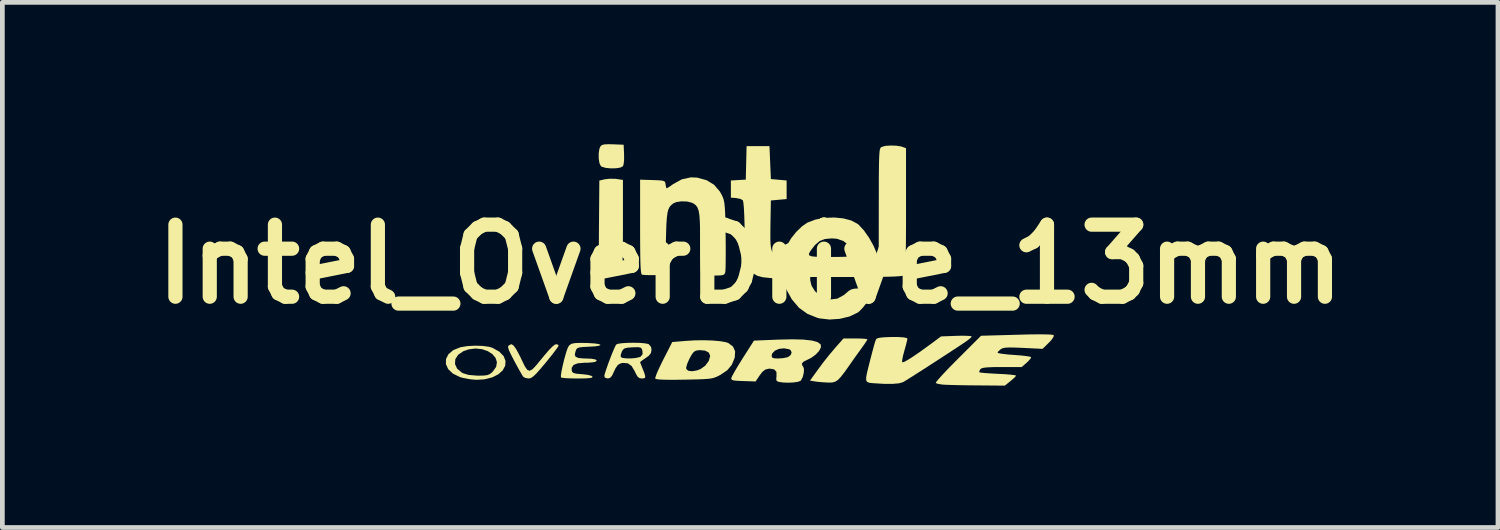
<source format=kicad_pcb>
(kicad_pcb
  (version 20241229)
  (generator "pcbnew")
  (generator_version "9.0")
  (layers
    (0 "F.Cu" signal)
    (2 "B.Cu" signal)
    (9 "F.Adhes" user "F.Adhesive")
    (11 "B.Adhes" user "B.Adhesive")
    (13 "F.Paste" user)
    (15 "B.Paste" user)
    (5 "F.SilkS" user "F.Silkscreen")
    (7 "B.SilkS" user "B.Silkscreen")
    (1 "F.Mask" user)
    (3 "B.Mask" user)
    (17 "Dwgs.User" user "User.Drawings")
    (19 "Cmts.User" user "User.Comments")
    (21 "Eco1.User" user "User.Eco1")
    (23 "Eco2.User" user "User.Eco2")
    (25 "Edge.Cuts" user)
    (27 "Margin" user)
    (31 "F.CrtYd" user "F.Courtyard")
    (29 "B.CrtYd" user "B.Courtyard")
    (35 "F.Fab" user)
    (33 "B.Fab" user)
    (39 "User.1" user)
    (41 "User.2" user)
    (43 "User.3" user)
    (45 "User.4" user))
  (footprint "Intel_OverDrive_13mm"
    (layer "F.Cu")
    (at 12.816 2.536)
    (property "Reference" "Intel_OverDrive_13mm" (at 0 0 0) (layer "F.SilkS") (effects (font (size 1.524 1.524) (thickness 0.3))))
    (attr board_only exclude_from_pos_files exclude_from_bom)
    (fp_poly (pts (xy -2.902 -2.534) (xy -2.676 -2.525) (xy -2.667 -2.318) (xy -2.667 -2.191) (xy -2.679 -2.101) (xy -2.693 -2.069) (xy -2.747 -2.041) (xy -2.839 -2.027) (xy -2.948 -2.025) (xy -3.053 -2.035) (xy -3.133 -2.058) (xy -3.158 -2.073) (xy -3.188 -2.136) (xy -3.203 -2.233) (xy -3.204 -2.342) (xy -3.189 -2.439) (xy -3.167 -2.49) (xy -3.136 -2.518) (xy -3.084 -2.532) (xy -2.998 -2.536)) (stroke (width 0) (type solid)) (fill yes) (layer "F.SilkS"))
    (fp_poly (pts (xy -2.851 -1.804) (xy -2.826 -1.801) (xy -2.691 -1.78) (xy -2.691 -0.806) (xy -2.692 -0.513) (xy -2.694 -0.277) (xy -2.698 -0.093) (xy -2.703 0.043) (xy -2.71 0.136) (xy -2.72 0.189) (xy -2.727 0.206) (xy -2.776 0.225) (xy -2.864 0.237) (xy -2.969 0.241) (xy -3.07 0.238) (xy -3.147 0.225) (xy -3.168 0.217) (xy -3.179 0.197) (xy -3.187 0.149) (xy -3.194 0.069) (xy -3.198 -0.05) (xy -3.2 -0.212) (xy -3.2 -0.422) (xy -3.199 -0.686) (xy -3.198 -0.787) (xy -3.19 -1.767) (xy -3.076 -1.794) (xy -2.97 -1.806)) (stroke (width 0) (type solid)) (fill yes) (layer "F.SilkS"))
    (fp_poly (pts (xy 2.342 1.574) (xy 2.43 1.58) (xy 2.476 1.588) (xy 2.48 1.591) (xy 2.463 1.623) (xy 2.419 1.689) (xy 2.357 1.776) (xy 2.351 1.785) (xy 2.262 1.908) (xy 2.165 2.044) (xy 2.102 2.135) (xy 1.999 2.28) (xy 1.92 2.382) (xy 1.857 2.449) (xy 1.799 2.486) (xy 1.738 2.503) (xy 1.666 2.506) (xy 1.652 2.505) (xy 1.534 2.499) (xy 1.418 2.488) (xy 1.381 2.483) (xy 1.265 2.464) (xy 1.439 2.223) (xy 1.541 2.085) (xy 1.658 1.937) (xy 1.769 1.805) (xy 1.793 1.776) (xy 1.974 1.572) (xy 2.227 1.572)) (stroke (width 0) (type solid)) (fill yes) (layer "F.SilkS"))
    (fp_poly (pts (xy -4.058 1.709) (xy -4.052 1.724) (xy -4.07 1.757) (xy -4.121 1.827) (xy -4.196 1.925) (xy -4.29 2.042) (xy -4.327 2.087) (xy -4.441 2.222) (xy -4.525 2.316) (xy -4.587 2.375) (xy -4.635 2.407) (xy -4.676 2.419) (xy -4.686 2.419) (xy -4.759 2.406) (xy -4.801 2.381) (xy -4.827 2.34) (xy -4.874 2.258) (xy -4.935 2.148) (xy -4.99 2.046) (xy -5.06 1.911) (xy -5.103 1.819) (xy -5.12 1.762) (xy -5.116 1.73) (xy -5.107 1.721) (xy -5.06 1.697) (xy -5.047 1.694) (xy -5.004 1.722) (xy -4.945 1.805) (xy -4.872 1.942) (xy -4.827 2.036) (xy -4.765 2.164) (xy -4.713 2.237) (xy -4.662 2.256) (xy -4.602 2.222) (xy -4.523 2.138) (xy -4.481 2.086) (xy -4.352 1.93) (xy -4.255 1.817) (xy -4.182 1.743) (xy -4.131 1.704) (xy -4.099 1.693)) (stroke (width 0) (type solid)) (fill yes) (layer "F.SilkS"))
    (fp_poly (pts (xy -5.659 1.73) (xy -5.52 1.749) (xy -5.449 1.771) (xy -5.305 1.852) (xy -5.214 1.946) (xy -5.174 2.047) (xy -5.181 2.149) (xy -5.233 2.246) (xy -5.326 2.33) (xy -5.457 2.396) (xy -5.623 2.437) (xy -5.788 2.447) (xy -5.925 2.435) (xy -6.07 2.408) (xy -6.138 2.389) (xy -6.288 2.315) (xy -6.387 2.221) (xy -6.435 2.115) (xy -6.435 2.114) (xy -6.243 2.114) (xy -6.197 2.212) (xy -6.099 2.294) (xy -6.078 2.306) (xy -5.957 2.343) (xy -5.788 2.358) (xy -5.75 2.359) (xy -5.633 2.357) (xy -5.557 2.347) (xy -5.503 2.324) (xy -5.454 2.283) (xy -5.441 2.27) (xy -5.372 2.171) (xy -5.356 2.074) (xy -5.385 1.983) (xy -5.453 1.903) (xy -5.551 1.84) (xy -5.672 1.799) (xy -5.808 1.785) (xy -5.953 1.803) (xy -6.065 1.841) (xy -6.176 1.917) (xy -6.236 2.011) (xy -6.243 2.114) (xy -6.435 2.114) (xy -6.433 2.006) (xy -6.381 1.905) (xy -6.279 1.819) (xy -6.127 1.758) (xy -6.126 1.758) (xy -5.983 1.734) (xy -5.821 1.725)) (stroke (width 0) (type solid)) (fill yes) (layer "F.SilkS"))
    (fp_poly (pts (xy -0.792 1.616) (xy -0.634 1.63) (xy -0.515 1.651) (xy -0.463 1.669) (xy -0.364 1.743) (xy -0.318 1.844) (xy -0.326 1.973) (xy -0.329 1.984) (xy -0.388 2.129) (xy -0.484 2.244) (xy -0.627 2.341) (xy -0.646 2.351) (xy -0.701 2.379) (xy -0.753 2.4) (xy -0.811 2.416) (xy -0.885 2.426) (xy -0.985 2.433) (xy -1.121 2.438) (xy -1.304 2.442) (xy -1.395 2.444) (xy -1.634 2.447) (xy -1.815 2.445) (xy -1.937 2.439) (xy -2 2.428) (xy -2.008 2.423) (xy -2.002 2.386) (xy -1.973 2.306) (xy -1.923 2.194) (xy -1.917 2.182) (xy -1.353 2.182) (xy -1.352 2.217) (xy -1.307 2.256) (xy -1.225 2.266) (xy -1.121 2.247) (xy -1.049 2.219) (xy -0.95 2.148) (xy -0.877 2.05) (xy -0.847 1.947) (xy -0.847 1.939) (xy -0.874 1.873) (xy -0.948 1.831) (xy -1.059 1.819) (xy -1.082 1.82) (xy -1.147 1.83) (xy -1.193 1.857) (xy -1.236 1.913) (xy -1.283 1.998) (xy -1.329 2.101) (xy -1.353 2.182) (xy -1.917 2.182) (xy -1.859 2.061) (xy -1.838 2.02) (xy -1.648 1.648) (xy -1.361 1.624) (xy -1.168 1.612) (xy -0.974 1.61)) (stroke (width 0) (type solid)) (fill yes) (layer "F.SilkS"))
    (fp_poly (pts (xy -3.432 1.669) (xy -3.286 1.678) (xy -3.197 1.692) (xy -3.165 1.709) (xy -3.191 1.725) (xy -3.276 1.739) (xy -3.411 1.747) (xy -3.534 1.753) (xy -3.611 1.762) (xy -3.655 1.778) (xy -3.678 1.805) (xy -3.689 1.83) (xy -3.709 1.908) (xy -3.694 1.958) (xy -3.635 1.985) (xy -3.526 1.995) (xy -3.476 1.996) (xy -3.356 2.001) (xy -3.277 2.015) (xy -3.244 2.035) (xy -3.263 2.059) (xy -3.283 2.068) (xy -3.339 2.078) (xy -3.431 2.085) (xy -3.504 2.086) (xy -3.647 2.098) (xy -3.736 2.133) (xy -3.775 2.194) (xy -3.775 2.239) (xy -3.765 2.279) (xy -3.738 2.302) (xy -3.682 2.317) (xy -3.582 2.326) (xy -3.555 2.328) (xy -3.434 2.342) (xy -3.357 2.363) (xy -3.334 2.381) (xy -3.343 2.399) (xy -3.389 2.41) (xy -3.48 2.417) (xy -3.623 2.419) (xy -3.655 2.419) (xy -3.79 2.417) (xy -3.902 2.412) (xy -3.977 2.404) (xy -4.002 2.396) (xy -4.003 2.354) (xy -3.991 2.27) (xy -3.967 2.156) (xy -3.937 2.028) (xy -3.901 1.9) (xy -3.882 1.837) (xy -3.855 1.763) (xy -3.822 1.713) (xy -3.773 1.683) (xy -3.696 1.669) (xy -3.58 1.666)) (stroke (width 0) (type solid)) (fill yes) (layer "F.SilkS"))
    (fp_poly (pts (xy 4.6 1.517) (xy 4.668 1.523) (xy 4.686 1.531) (xy 4.662 1.561) (xy 4.602 1.61) (xy 4.542 1.652) (xy 4.372 1.765) (xy 4.189 1.885) (xy 4.002 2.007) (xy 3.819 2.125) (xy 3.648 2.236) (xy 3.495 2.333) (xy 3.371 2.412) (xy 3.281 2.468) (xy 3.236 2.495) (xy 3.149 2.521) (xy 3.014 2.533) (xy 2.827 2.532) (xy 2.593 2.518) (xy 2.521 2.51) (xy 2.475 2.492) (xy 2.453 2.455) (xy 2.454 2.389) (xy 2.474 2.285) (xy 2.512 2.132) (xy 2.56 1.945) (xy 2.596 1.808) (xy 2.622 1.712) (xy 2.641 1.648) (xy 2.655 1.609) (xy 2.667 1.585) (xy 2.67 1.58) (xy 2.709 1.563) (xy 2.789 1.551) (xy 2.897 1.544) (xy 3.017 1.541) (xy 3.135 1.542) (xy 3.236 1.549) (xy 3.304 1.561) (xy 3.326 1.575) (xy 3.318 1.618) (xy 3.297 1.703) (xy 3.267 1.811) (xy 3.261 1.832) (xy 3.232 1.941) (xy 3.216 2.026) (xy 3.213 2.073) (xy 3.215 2.076) (xy 3.251 2.07) (xy 3.329 2.029) (xy 3.445 1.955) (xy 3.596 1.852) (xy 3.777 1.721) (xy 3.81 1.697) (xy 4.037 1.529) (xy 4.362 1.517) (xy 4.494 1.514)) (stroke (width 0) (type solid)) (fill yes) (layer "F.SilkS"))
    (fp_poly (pts (xy 1.124 1.596) (xy 1.304 1.616) (xy 1.427 1.65) (xy 1.491 1.698) (xy 1.492 1.699) (xy 1.497 1.759) (xy 1.459 1.834) (xy 1.387 1.912) (xy 1.293 1.981) (xy 1.226 2.015) (xy 1.132 2.061) (xy 1.093 2.103) (xy 1.104 2.148) (xy 1.121 2.167) (xy 1.138 2.22) (xy 1.133 2.302) (xy 1.111 2.39) (xy 1.075 2.458) (xy 1.068 2.466) (xy 1.015 2.488) (xy 0.923 2.502) (xy 0.809 2.508) (xy 0.694 2.504) (xy 0.597 2.489) (xy 0.594 2.488) (xy 0.557 2.466) (xy 0.551 2.416) (xy 0.557 2.375) (xy 0.556 2.281) (xy 0.51 2.227) (xy 0.418 2.211) (xy 0.388 2.213) (xy 0.316 2.232) (xy 0.255 2.282) (xy 0.202 2.352) (xy 0.115 2.482) (xy -0.146 2.473) (xy -0.273 2.468) (xy -0.35 2.46) (xy -0.389 2.446) (xy -0.4 2.425) (xy -0.399 2.409) (xy -0.38 2.365) (xy -0.334 2.281) (xy -0.267 2.167) (xy -0.186 2.036) (xy -0.155 1.986) (xy -0.125 1.94) (xy 0.454 1.94) (xy 0.464 1.975) (xy 0.507 1.992) (xy 0.588 1.996) (xy 0.691 1.989) (xy 0.781 1.972) (xy 0.799 1.966) (xy 0.857 1.923) (xy 0.877 1.867) (xy 0.853 1.817) (xy 0.829 1.802) (xy 0.72 1.781) (xy 0.612 1.792) (xy 0.522 1.831) (xy 0.465 1.892) (xy 0.454 1.94) (xy -0.125 1.94) (xy 0.08 1.618) (xy 0.587 1.597) (xy 0.885 1.59)) (stroke (width 0) (type solid)) (fill yes) (layer "F.SilkS"))
    (fp_poly (pts (xy -2.335 1.666) (xy -2.229 1.675) (xy -2.156 1.689) (xy -2.145 1.694) (xy -2.096 1.753) (xy -2.086 1.815) (xy -2.099 1.881) (xy -2.144 1.938) (xy -2.207 1.984) (xy -2.278 2.032) (xy -2.321 2.065) (xy -2.328 2.072) (xy -2.318 2.102) (xy -2.293 2.166) (xy -2.287 2.181) (xy -2.241 2.296) (xy -2.22 2.367) (xy -2.223 2.403) (xy -2.251 2.417) (xy -2.288 2.419) (xy -2.342 2.411) (xy -2.383 2.378) (xy -2.423 2.306) (xy -2.44 2.269) (xy -2.507 2.156) (xy -2.587 2.098) (xy -2.69 2.09) (xy -2.739 2.099) (xy -2.798 2.132) (xy -2.849 2.205) (xy -2.879 2.269) (xy -2.922 2.36) (xy -2.963 2.406) (xy -3.011 2.419) (xy -3.013 2.419) (xy -3.072 2.401) (xy -3.085 2.366) (xy -3.074 2.317) (xy -3.045 2.227) (xy -3.005 2.112) (xy -2.958 1.987) (xy -2.932 1.92) (xy -2.738 1.92) (xy -2.736 1.966) (xy -2.695 1.985) (xy -2.614 1.994) (xy -2.514 1.994) (xy -2.416 1.985) (xy -2.339 1.967) (xy -2.315 1.955) (xy -2.275 1.904) (xy -2.279 1.833) (xy -2.294 1.788) (xy -2.32 1.765) (xy -2.372 1.757) (xy -2.466 1.759) (xy -2.488 1.76) (xy -2.593 1.767) (xy -2.655 1.782) (xy -2.691 1.811) (xy -2.715 1.852) (xy -2.738 1.92) (xy -2.932 1.92) (xy -2.911 1.868) (xy -2.869 1.77) (xy -2.839 1.709) (xy -2.833 1.701) (xy -2.791 1.684) (xy -2.704 1.672) (xy -2.589 1.665) (xy -2.461 1.663)) (stroke (width 0) (type solid)) (fill yes) (layer "F.SilkS"))
    (fp_poly (pts (xy 6.251 1.486) (xy 6.351 1.49) (xy 6.407 1.498) (xy 6.422 1.506) (xy 6.413 1.544) (xy 6.369 1.607) (xy 6.313 1.666) (xy 6.184 1.792) (xy 5.775 1.772) (xy 5.605 1.765) (xy 5.483 1.763) (xy 5.401 1.767) (xy 5.345 1.777) (xy 5.306 1.795) (xy 5.299 1.8) (xy 5.249 1.844) (xy 5.231 1.873) (xy 5.259 1.885) (xy 5.336 1.898) (xy 5.449 1.911) (xy 5.579 1.921) (xy 5.718 1.931) (xy 5.833 1.944) (xy 5.912 1.956) (xy 5.942 1.966) (xy 5.93 1.998) (xy 5.883 2.052) (xy 5.85 2.083) (xy 5.743 2.177) (xy 5.325 2.177) (xy 5.15 2.178) (xy 5.026 2.183) (xy 4.944 2.191) (xy 4.894 2.204) (xy 4.868 2.223) (xy 4.844 2.268) (xy 4.847 2.287) (xy 4.882 2.295) (xy 4.966 2.304) (xy 5.086 2.312) (xy 5.229 2.32) (xy 5.244 2.321) (xy 5.388 2.328) (xy 5.507 2.338) (xy 5.589 2.348) (xy 5.624 2.357) (xy 5.624 2.358) (xy 5.603 2.387) (xy 5.547 2.439) (xy 5.505 2.474) (xy 5.386 2.57) (xy 4.787 2.565) (xy 4.594 2.563) (xy 4.414 2.56) (xy 4.259 2.556) (xy 4.14 2.552) (xy 4.069 2.548) (xy 4.067 2.548) (xy 3.985 2.535) (xy 3.931 2.519) (xy 3.924 2.514) (xy 3.938 2.488) (xy 3.99 2.425) (xy 4.073 2.333) (xy 4.183 2.217) (xy 4.313 2.084) (xy 4.393 2.004) (xy 4.883 1.515) (xy 5.642 1.494) (xy 5.9 1.487) (xy 6.102 1.485)) (stroke (width 0) (type solid)) (fill yes) (layer "F.SilkS"))
    (fp_poly (pts (xy -1.121 -1.829) (xy -0.922 -1.775) (xy -0.763 -1.678) (xy -0.641 -1.535) (xy -0.595 -1.451) (xy -0.574 -1.403) (xy -0.558 -1.353) (xy -0.546 -1.29) (xy -0.537 -1.207) (xy -0.53 -1.096) (xy -0.525 -0.946) (xy -0.522 -0.75) (xy -0.519 -0.609) (xy -0.517 -0.404) (xy -0.517 -0.217) (xy -0.518 -0.056) (xy -0.52 0.069) (xy -0.524 0.149) (xy -0.527 0.17) (xy -0.54 0.206) (xy -0.565 0.227) (xy -0.616 0.238) (xy -0.706 0.242) (xy -0.784 0.242) (xy -0.909 0.239) (xy -0.987 0.23) (xy -1.027 0.212) (xy -1.04 0.194) (xy -1.046 0.15) (xy -1.05 0.056) (xy -1.054 -0.079) (xy -1.057 -0.245) (xy -1.058 -0.432) (xy -1.058 -0.474) (xy -1.059 -0.708) (xy -1.064 -0.89) (xy -1.073 -1.026) (xy -1.089 -1.126) (xy -1.114 -1.196) (xy -1.148 -1.244) (xy -1.193 -1.278) (xy -1.231 -1.298) (xy -1.333 -1.324) (xy -1.453 -1.328) (xy -1.564 -1.311) (xy -1.626 -1.284) (xy -1.67 -1.249) (xy -1.704 -1.21) (xy -1.73 -1.157) (xy -1.749 -1.084) (xy -1.762 -0.982) (xy -1.772 -0.843) (xy -1.778 -0.659) (xy -1.784 -0.438) (xy -1.799 0.227) (xy -2.026 0.233) (xy -2.141 0.233) (xy -2.234 0.23) (xy -2.288 0.223) (xy -2.291 0.222) (xy -2.301 0.204) (xy -2.31 0.157) (xy -2.317 0.074) (xy -2.322 -0.047) (xy -2.325 -0.213) (xy -2.327 -0.429) (xy -2.328 -0.698) (xy -2.328 -0.79) (xy -2.328 -1.786) (xy -2.064 -1.778) (xy -1.937 -1.773) (xy -1.859 -1.766) (xy -1.816 -1.753) (xy -1.797 -1.729) (xy -1.79 -1.691) (xy -1.79 -1.686) (xy -1.778 -1.625) (xy -1.767 -1.603) (xy -1.737 -1.619) (xy -1.674 -1.66) (xy -1.628 -1.693) (xy -1.444 -1.794) (xy -1.253 -1.835)) (stroke (width 0) (type solid)) (fill yes) (layer "F.SilkS"))
    (fp_poly (pts (xy 3.086 -2.505) (xy 3.189 -2.489) (xy 3.218 -2.48) (xy 3.296 -2.451) (xy 3.296 -1.126) (xy 3.296 -0.784) (xy 3.294 -0.499) (xy 3.292 -0.267) (xy 3.288 -0.084) (xy 3.283 0.054) (xy 3.277 0.15) (xy 3.269 0.21) (xy 3.26 0.236) (xy 3.26 0.236) (xy 3.231 0.247) (xy 3.166 0.255) (xy 3.06 0.262) (xy 2.91 0.267) (xy 2.71 0.27) (xy 2.458 0.272) (xy 2.247 0.272) (xy 1.27 0.272) (xy 1.27 0.34) (xy 1.298 0.458) (xy 1.371 0.573) (xy 1.475 0.667) (xy 1.547 0.706) (xy 1.702 0.747) (xy 1.844 0.73) (xy 1.98 0.655) (xy 2.024 0.618) (xy 2.086 0.565) (xy 2.141 0.534) (xy 2.206 0.519) (xy 2.302 0.514) (xy 2.37 0.514) (xy 2.489 0.516) (xy 2.56 0.524) (xy 2.593 0.54) (xy 2.6 0.562) (xy 2.582 0.625) (xy 2.532 0.715) (xy 2.464 0.818) (xy 2.387 0.916) (xy 2.314 0.993) (xy 2.276 1.024) (xy 2.103 1.107) (xy 1.897 1.157) (xy 1.679 1.172) (xy 1.467 1.148) (xy 1.421 1.136) (xy 1.21 1.052) (xy 1.031 0.922) (xy 0.88 0.744) (xy 0.753 0.514) (xy 0.715 0.42) (xy 0.672 0.311) (xy 0.422 0.294) (xy 0.264 0.277) (xy 0.149 0.246) (xy 0.06 0.193) (xy -0.019 0.11) (xy -0.043 0.079) (xy -0.064 0.048) (xy -0.08 0.01) (xy -0.092 -0.042) (xy -0.1 -0.117) (xy -0.106 -0.224) (xy -0.11 -0.371) (xy -0.114 -0.567) (xy -0.115 -0.659) (xy -0.12 -0.873) (xy -0.126 -1.056) (xy -0.134 -1.201) (xy -0.144 -1.301) (xy -0.154 -1.349) (xy -0.155 -1.35) (xy -0.204 -1.378) (xy -0.284 -1.395) (xy -0.297 -1.397) (xy -0.408 -1.406) (xy -0.408 -1.769) (xy -0.25 -1.778) (xy -0.093 -1.787) (xy -0.076 -2.495) (xy 0.408 -2.495) (xy 0.438 -1.799) (xy 0.605 -1.784) (xy 0.771 -1.769) (xy 0.771 -1.376) (xy 0.605 -1.361) (xy 0.438 -1.346) (xy 0.429 -0.847) (xy 0.427 -0.655) (xy 0.427 -0.513) (xy 0.432 -0.411) (xy 0.441 -0.339) (xy 0.456 -0.285) (xy 0.473 -0.248) (xy 0.52 -0.179) (xy 0.572 -0.156) (xy 0.6 -0.157) (xy 0.666 -0.181) (xy 0.693 -0.209) (xy 1.241 -0.209) (xy 1.254 -0.182) (xy 1.3 -0.165) (xy 1.387 -0.156) (xy 1.52 -0.152) (xy 1.707 -0.151) (xy 1.724 -0.151) (xy 1.935 -0.153) (xy 2.086 -0.159) (xy 2.177 -0.169) (xy 2.207 -0.183) (xy 2.207 -0.183) (xy 2.189 -0.245) (xy 2.145 -0.325) (xy 2.092 -0.392) (xy 1.971 -0.489) (xy 1.836 -0.536) (xy 1.729 -0.544) (xy 1.584 -0.532) (xy 1.471 -0.489) (xy 1.371 -0.404) (xy 1.291 -0.301) (xy 1.256 -0.248) (xy 1.241 -0.209) (xy 0.693 -0.209) (xy 0.696 -0.212) (xy 0.721 -0.265) (xy 0.759 -0.349) (xy 0.782 -0.401) (xy 0.863 -0.542) (xy 0.975 -0.682) (xy 1.1 -0.802) (xy 1.213 -0.879) (xy 1.383 -0.943) (xy 1.576 -0.978) (xy 1.777 -0.986) (xy 1.97 -0.967) (xy 2.14 -0.922) (xy 2.274 -0.85) (xy 2.291 -0.836) (xy 2.404 -0.715) (xy 2.515 -0.556) (xy 2.612 -0.382) (xy 2.664 -0.26) (xy 2.719 -0.106) (xy 2.72 -1.276) (xy 2.721 -1.574) (xy 2.721 -1.816) (xy 2.723 -2.009) (xy 2.725 -2.159) (xy 2.729 -2.272) (xy 2.734 -2.353) (xy 2.74 -2.408) (xy 2.749 -2.443) (xy 2.761 -2.463) (xy 2.774 -2.475) (xy 2.78 -2.478) (xy 2.856 -2.5) (xy 2.966 -2.508)) (stroke (width 0) (type solid)) (fill yes) (layer "F.SilkS")))
  (gr_rect
    (start -3 -3)
    (end 28.632 8.107)
    (stroke (width 0.1) (type default))
    (fill no)
    (layer "Edge.Cuts")))
</source>
